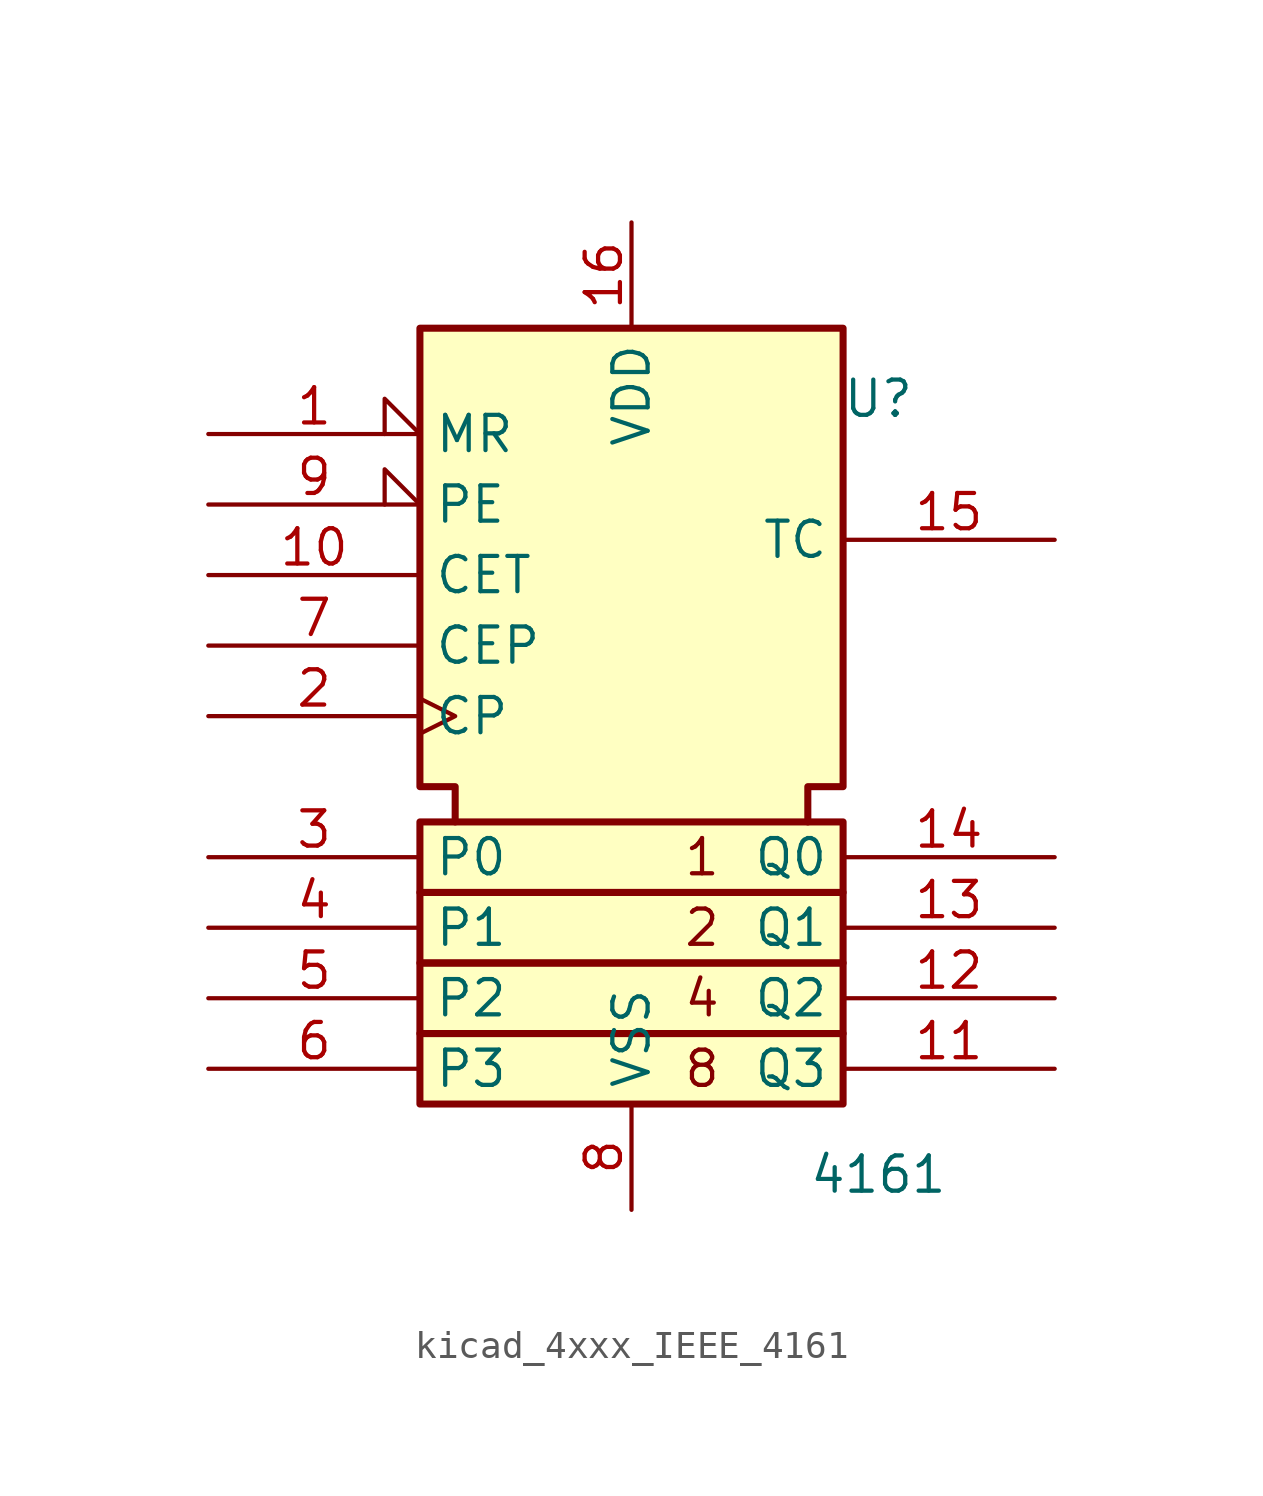
<source format=kicad_sym>
(kicad_symbol_lib
  (version 20220914)
  (generator kicad_symbol_editor)
  (symbol "kicad_4xxx_IEEE_4161"
    (property "Reference" "U"
      (at 8.89 8.89 0)
      (effects (font (size 1.27 1.27))))
    (property "Value" "4161"
      (at 8.89 -19.05 0)
      (effects (font (size 1.27 1.27))))
    (symbol "kicad_4xxx_IEEE_4161_0_0"
      (rectangle (start -7.62 -13.97) (end 7.62 -16.51) (stroke (width 0.254) (type default)) (fill (type background)))
      (rectangle (start -7.62 -11.43) (end 7.62 -13.97) (stroke (width 0.254) (type default)) (fill (type background)))
      (rectangle (start -7.62 -8.89) (end 7.62 -11.43) (stroke (width 0.254) (type default)) (fill (type background)))
      (rectangle (start -7.62 -6.35) (end 7.62 -8.89) (stroke (width 0.254) (type default)) (fill (type background)))
      (polyline (pts (xy -6.35 -6.35) (xy -6.35 -5.08) (xy -7.62 -5.08) (xy -7.62 11.43) (xy 7.62 11.43) (xy 7.62 -5.08) (xy 6.35 -5.08) (xy 6.35 -6.35) (xy 6.35 -6.35)) (stroke (width 0.254) (type default)) (fill (type background)))
      (text "1" (at 2.54 -7.62 0) (effects (font (size 1.27 1.27))))
      (text "2" (at 2.54 -10.16 0) (effects (font (size 1.27 1.27))))
      (text "4" (at 2.54 -12.7 0) (effects (font (size 1.27 1.27))))
      (text "8" (at 2.54 -15.24 0) (effects (font (size 1.27 1.27)))))
    (symbol "kicad_4xxx_IEEE_4161_1_1"
      (pin input input_low (at -15.24 7.62 0) (length 7.62) (name "MR" (effects (font (size 1.27 1.27)))) (number "1" (effects (font (size 1.27 1.27)))))
      (pin input line (at -15.24 2.54 0) (length 7.62) (name "CET" (effects (font (size 1.27 1.27)))) (number "10" (effects (font (size 1.27 1.27)))))
      (pin output line (at 15.24 -15.24 180) (length 7.62) (name "Q3" (effects (font (size 1.27 1.27)))) (number "11" (effects (font (size 1.27 1.27)))))
      (pin output line (at 15.24 -12.7 180) (length 7.62) (name "Q2" (effects (font (size 1.27 1.27)))) (number "12" (effects (font (size 1.27 1.27)))))
      (pin output line (at 15.24 -10.16 180) (length 7.62) (name "Q1" (effects (font (size 1.27 1.27)))) (number "13" (effects (font (size 1.27 1.27)))))
      (pin output line (at 15.24 -7.62 180) (length 7.62) (name "Q0" (effects (font (size 1.27 1.27)))) (number "14" (effects (font (size 1.27 1.27)))))
      (pin output line (at 15.24 3.81 180) (length 7.62) (name "TC" (effects (font (size 1.27 1.27)))) (number "15" (effects (font (size 1.27 1.27)))))
      (pin power_in line (at 0 15.24 270) (length 3.81) (name "VDD" (effects (font (size 1.27 1.27)))) (number "16" (effects (font (size 1.27 1.27)))))
      (pin input clock (at -15.24 -2.54 0) (length 7.62) (name "CP" (effects (font (size 1.27 1.27)))) (number "2" (effects (font (size 1.27 1.27)))))
      (pin input line (at -15.24 -7.62 0) (length 7.62) (name "P0" (effects (font (size 1.27 1.27)))) (number "3" (effects (font (size 1.27 1.27)))))
      (pin input line (at -15.24 -10.16 0) (length 7.62) (name "P1" (effects (font (size 1.27 1.27)))) (number "4" (effects (font (size 1.27 1.27)))))
      (pin input line (at -15.24 -12.7 0) (length 7.62) (name "P2" (effects (font (size 1.27 1.27)))) (number "5" (effects (font (size 1.27 1.27)))))
      (pin input line (at -15.24 -15.24 0) (length 7.62) (name "P3" (effects (font (size 1.27 1.27)))) (number "6" (effects (font (size 1.27 1.27)))))
      (pin input line (at -15.24 0 0) (length 7.62) (name "CEP" (effects (font (size 1.27 1.27)))) (number "7" (effects (font (size 1.27 1.27)))))
      (pin power_in line (at 0 -20.32 90) (length 3.81) (name "VSS" (effects (font (size 1.27 1.27)))) (number "8" (effects (font (size 1.27 1.27)))))
      (pin input input_low (at -15.24 5.08 0) (length 7.62) (name "PE" (effects (font (size 1.27 1.27)))) (number "9" (effects (font (size 1.27 1.27))))))))
</source>
